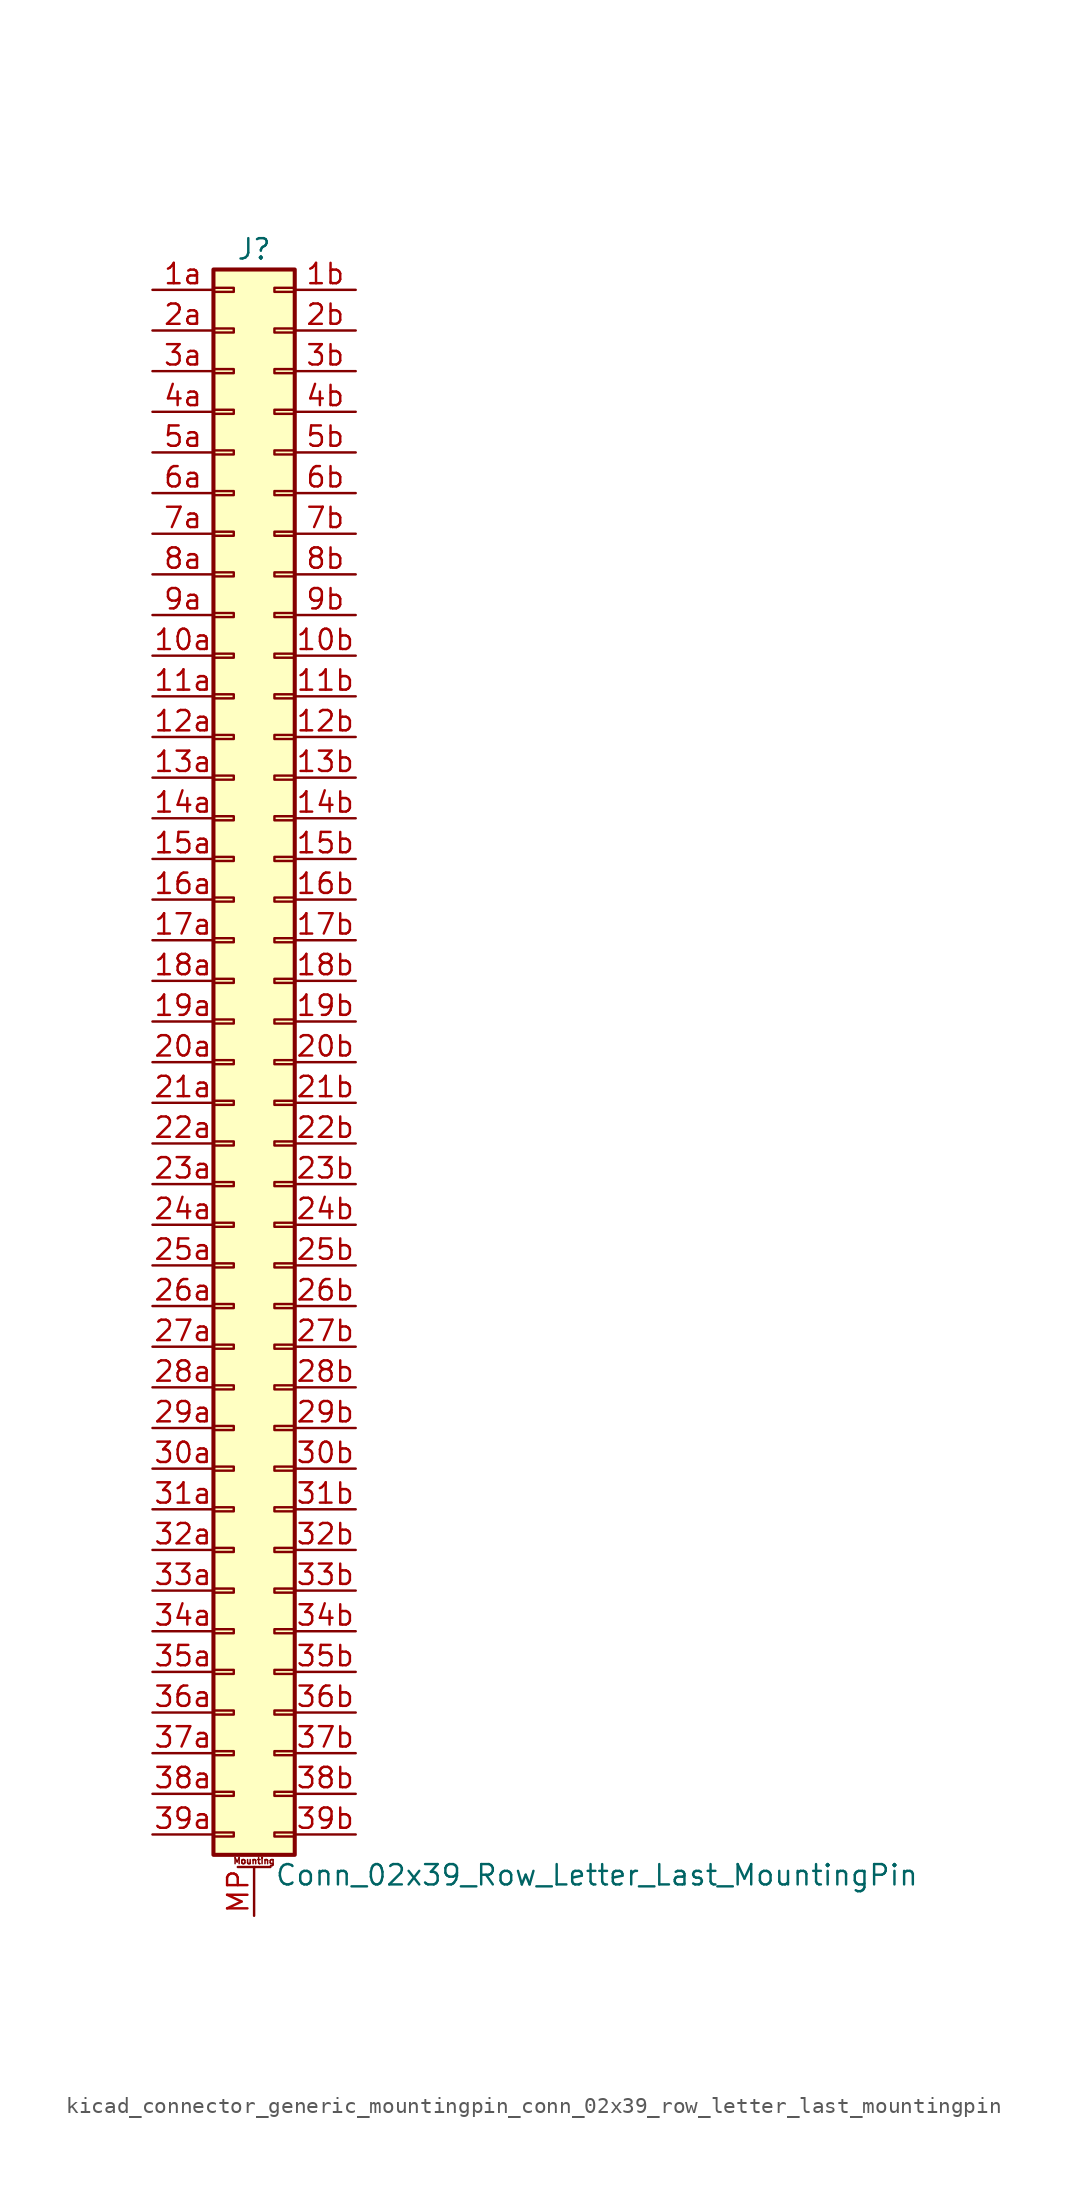
<source format=kicad_sym>
(kicad_symbol_lib
  (version 20220914)
  (generator kicad_symbol_editor)
  (symbol "kicad_connector_generic_mountingpin_conn_02x39_row_letter_last_mountingpin"
    (pin_names
      (offset 1.016) hide)
    (property "Reference" "J"
      (at 1.27 50.8 0)
      (effects (font (size 1.27 1.27))))
    (property "Value" "Conn_02x39_Row_Letter_Last_MountingPin"
      (at 2.54 -50.8 0)
      (effects (font (size 1.27 1.27)) (justify left)))
    (symbol "kicad_connector_generic_mountingpin_conn_02x39_row_letter_last_mountingpin_1_1"
      (rectangle (start -1.27 -48.133) (end 0 -48.387) (stroke (width 0.152) (type default)) (fill (type none)))
      (rectangle (start -1.27 -45.593) (end 0 -45.847) (stroke (width 0.152) (type default)) (fill (type none)))
      (rectangle (start -1.27 -43.053) (end 0 -43.307) (stroke (width 0.152) (type default)) (fill (type none)))
      (rectangle (start -1.27 -40.513) (end 0 -40.767) (stroke (width 0.152) (type default)) (fill (type none)))
      (rectangle (start -1.27 -37.973) (end 0 -38.227) (stroke (width 0.152) (type default)) (fill (type none)))
      (rectangle (start -1.27 -35.433) (end 0 -35.687) (stroke (width 0.152) (type default)) (fill (type none)))
      (rectangle (start -1.27 -32.893) (end 0 -33.147) (stroke (width 0.152) (type default)) (fill (type none)))
      (rectangle (start -1.27 -30.353) (end 0 -30.607) (stroke (width 0.152) (type default)) (fill (type none)))
      (rectangle (start -1.27 -27.813) (end 0 -28.067) (stroke (width 0.152) (type default)) (fill (type none)))
      (rectangle (start -1.27 -25.273) (end 0 -25.527) (stroke (width 0.152) (type default)) (fill (type none)))
      (rectangle (start -1.27 -22.733) (end 0 -22.987) (stroke (width 0.152) (type default)) (fill (type none)))
      (rectangle (start -1.27 -20.193) (end 0 -20.447) (stroke (width 0.152) (type default)) (fill (type none)))
      (rectangle (start -1.27 -17.653) (end 0 -17.907) (stroke (width 0.152) (type default)) (fill (type none)))
      (rectangle (start -1.27 -15.113) (end 0 -15.367) (stroke (width 0.152) (type default)) (fill (type none)))
      (rectangle (start -1.27 -12.573) (end 0 -12.827) (stroke (width 0.152) (type default)) (fill (type none)))
      (rectangle (start -1.27 -10.033) (end 0 -10.287) (stroke (width 0.152) (type default)) (fill (type none)))
      (rectangle (start -1.27 -7.493) (end 0 -7.747) (stroke (width 0.152) (type default)) (fill (type none)))
      (rectangle (start -1.27 -4.953) (end 0 -5.207) (stroke (width 0.152) (type default)) (fill (type none)))
      (rectangle (start -1.27 -2.413) (end 0 -2.667) (stroke (width 0.152) (type default)) (fill (type none)))
      (rectangle (start -1.27 0.127) (end 0 -0.127) (stroke (width 0.152) (type default)) (fill (type none)))
      (rectangle (start -1.27 2.667) (end 0 2.413) (stroke (width 0.152) (type default)) (fill (type none)))
      (rectangle (start -1.27 5.207) (end 0 4.953) (stroke (width 0.152) (type default)) (fill (type none)))
      (rectangle (start -1.27 7.747) (end 0 7.493) (stroke (width 0.152) (type default)) (fill (type none)))
      (rectangle (start -1.27 10.287) (end 0 10.033) (stroke (width 0.152) (type default)) (fill (type none)))
      (rectangle (start -1.27 12.827) (end 0 12.573) (stroke (width 0.152) (type default)) (fill (type none)))
      (rectangle (start -1.27 15.367) (end 0 15.113) (stroke (width 0.152) (type default)) (fill (type none)))
      (rectangle (start -1.27 17.907) (end 0 17.653) (stroke (width 0.152) (type default)) (fill (type none)))
      (rectangle (start -1.27 20.447) (end 0 20.193) (stroke (width 0.152) (type default)) (fill (type none)))
      (rectangle (start -1.27 22.987) (end 0 22.733) (stroke (width 0.152) (type default)) (fill (type none)))
      (rectangle (start -1.27 25.527) (end 0 25.273) (stroke (width 0.152) (type default)) (fill (type none)))
      (rectangle (start -1.27 28.067) (end 0 27.813) (stroke (width 0.152) (type default)) (fill (type none)))
      (rectangle (start -1.27 30.607) (end 0 30.353) (stroke (width 0.152) (type default)) (fill (type none)))
      (rectangle (start -1.27 33.147) (end 0 32.893) (stroke (width 0.152) (type default)) (fill (type none)))
      (rectangle (start -1.27 35.687) (end 0 35.433) (stroke (width 0.152) (type default)) (fill (type none)))
      (rectangle (start -1.27 38.227) (end 0 37.973) (stroke (width 0.152) (type default)) (fill (type none)))
      (rectangle (start -1.27 40.767) (end 0 40.513) (stroke (width 0.152) (type default)) (fill (type none)))
      (rectangle (start -1.27 43.307) (end 0 43.053) (stroke (width 0.152) (type default)) (fill (type none)))
      (rectangle (start -1.27 45.847) (end 0 45.593) (stroke (width 0.152) (type default)) (fill (type none)))
      (rectangle (start -1.27 48.387) (end 0 48.133) (stroke (width 0.152) (type default)) (fill (type none)))
      (rectangle (start -1.27 49.53) (end 3.81 -49.53) (stroke (width 0.254) (type default)) (fill (type background)))
      (polyline (pts (xy 0.254 -50.292) (xy 2.286 -50.292)) (stroke (width 0.152) (type default)) (fill (type none)))
      (rectangle (start 3.81 -48.133) (end 2.54 -48.387) (stroke (width 0.152) (type default)) (fill (type none)))
      (rectangle (start 3.81 -45.593) (end 2.54 -45.847) (stroke (width 0.152) (type default)) (fill (type none)))
      (rectangle (start 3.81 -43.053) (end 2.54 -43.307) (stroke (width 0.152) (type default)) (fill (type none)))
      (rectangle (start 3.81 -40.513) (end 2.54 -40.767) (stroke (width 0.152) (type default)) (fill (type none)))
      (rectangle (start 3.81 -37.973) (end 2.54 -38.227) (stroke (width 0.152) (type default)) (fill (type none)))
      (rectangle (start 3.81 -35.433) (end 2.54 -35.687) (stroke (width 0.152) (type default)) (fill (type none)))
      (rectangle (start 3.81 -32.893) (end 2.54 -33.147) (stroke (width 0.152) (type default)) (fill (type none)))
      (rectangle (start 3.81 -30.353) (end 2.54 -30.607) (stroke (width 0.152) (type default)) (fill (type none)))
      (rectangle (start 3.81 -27.813) (end 2.54 -28.067) (stroke (width 0.152) (type default)) (fill (type none)))
      (rectangle (start 3.81 -25.273) (end 2.54 -25.527) (stroke (width 0.152) (type default)) (fill (type none)))
      (rectangle (start 3.81 -22.733) (end 2.54 -22.987) (stroke (width 0.152) (type default)) (fill (type none)))
      (rectangle (start 3.81 -20.193) (end 2.54 -20.447) (stroke (width 0.152) (type default)) (fill (type none)))
      (rectangle (start 3.81 -17.653) (end 2.54 -17.907) (stroke (width 0.152) (type default)) (fill (type none)))
      (rectangle (start 3.81 -15.113) (end 2.54 -15.367) (stroke (width 0.152) (type default)) (fill (type none)))
      (rectangle (start 3.81 -12.573) (end 2.54 -12.827) (stroke (width 0.152) (type default)) (fill (type none)))
      (rectangle (start 3.81 -10.033) (end 2.54 -10.287) (stroke (width 0.152) (type default)) (fill (type none)))
      (rectangle (start 3.81 -7.493) (end 2.54 -7.747) (stroke (width 0.152) (type default)) (fill (type none)))
      (rectangle (start 3.81 -4.953) (end 2.54 -5.207) (stroke (width 0.152) (type default)) (fill (type none)))
      (rectangle (start 3.81 -2.413) (end 2.54 -2.667) (stroke (width 0.152) (type default)) (fill (type none)))
      (rectangle (start 3.81 0.127) (end 2.54 -0.127) (stroke (width 0.152) (type default)) (fill (type none)))
      (rectangle (start 3.81 2.667) (end 2.54 2.413) (stroke (width 0.152) (type default)) (fill (type none)))
      (rectangle (start 3.81 5.207) (end 2.54 4.953) (stroke (width 0.152) (type default)) (fill (type none)))
      (rectangle (start 3.81 7.747) (end 2.54 7.493) (stroke (width 0.152) (type default)) (fill (type none)))
      (rectangle (start 3.81 10.287) (end 2.54 10.033) (stroke (width 0.152) (type default)) (fill (type none)))
      (rectangle (start 3.81 12.827) (end 2.54 12.573) (stroke (width 0.152) (type default)) (fill (type none)))
      (rectangle (start 3.81 15.367) (end 2.54 15.113) (stroke (width 0.152) (type default)) (fill (type none)))
      (rectangle (start 3.81 17.907) (end 2.54 17.653) (stroke (width 0.152) (type default)) (fill (type none)))
      (rectangle (start 3.81 20.447) (end 2.54 20.193) (stroke (width 0.152) (type default)) (fill (type none)))
      (rectangle (start 3.81 22.987) (end 2.54 22.733) (stroke (width 0.152) (type default)) (fill (type none)))
      (rectangle (start 3.81 25.527) (end 2.54 25.273) (stroke (width 0.152) (type default)) (fill (type none)))
      (rectangle (start 3.81 28.067) (end 2.54 27.813) (stroke (width 0.152) (type default)) (fill (type none)))
      (rectangle (start 3.81 30.607) (end 2.54 30.353) (stroke (width 0.152) (type default)) (fill (type none)))
      (rectangle (start 3.81 33.147) (end 2.54 32.893) (stroke (width 0.152) (type default)) (fill (type none)))
      (rectangle (start 3.81 35.687) (end 2.54 35.433) (stroke (width 0.152) (type default)) (fill (type none)))
      (rectangle (start 3.81 38.227) (end 2.54 37.973) (stroke (width 0.152) (type default)) (fill (type none)))
      (rectangle (start 3.81 40.767) (end 2.54 40.513) (stroke (width 0.152) (type default)) (fill (type none)))
      (rectangle (start 3.81 43.307) (end 2.54 43.053) (stroke (width 0.152) (type default)) (fill (type none)))
      (rectangle (start 3.81 45.847) (end 2.54 45.593) (stroke (width 0.152) (type default)) (fill (type none)))
      (rectangle (start 3.81 48.387) (end 2.54 48.133) (stroke (width 0.152) (type default)) (fill (type none)))
      (text "Mounting" (at 1.27 -49.911 0) (effects (font (size 0.381 0.381))))
      (pin passive line (at -5.08 25.4 0) (length 3.81) (name "Pin_10a" (effects (font (size 1.27 1.27)))) (number "10a" (effects (font (size 1.27 1.27)))))
      (pin passive line (at 7.62 25.4 180) (length 3.81) (name "Pin_10b" (effects (font (size 1.27 1.27)))) (number "10b" (effects (font (size 1.27 1.27)))))
      (pin passive line (at -5.08 22.86 0) (length 3.81) (name "Pin_11a" (effects (font (size 1.27 1.27)))) (number "11a" (effects (font (size 1.27 1.27)))))
      (pin passive line (at 7.62 22.86 180) (length 3.81) (name "Pin_11b" (effects (font (size 1.27 1.27)))) (number "11b" (effects (font (size 1.27 1.27)))))
      (pin passive line (at -5.08 20.32 0) (length 3.81) (name "Pin_12a" (effects (font (size 1.27 1.27)))) (number "12a" (effects (font (size 1.27 1.27)))))
      (pin passive line (at 7.62 20.32 180) (length 3.81) (name "Pin_12b" (effects (font (size 1.27 1.27)))) (number "12b" (effects (font (size 1.27 1.27)))))
      (pin passive line (at -5.08 17.78 0) (length 3.81) (name "Pin_13a" (effects (font (size 1.27 1.27)))) (number "13a" (effects (font (size 1.27 1.27)))))
      (pin passive line (at 7.62 17.78 180) (length 3.81) (name "Pin_13b" (effects (font (size 1.27 1.27)))) (number "13b" (effects (font (size 1.27 1.27)))))
      (pin passive line (at -5.08 15.24 0) (length 3.81) (name "Pin_14a" (effects (font (size 1.27 1.27)))) (number "14a" (effects (font (size 1.27 1.27)))))
      (pin passive line (at 7.62 15.24 180) (length 3.81) (name "Pin_14b" (effects (font (size 1.27 1.27)))) (number "14b" (effects (font (size 1.27 1.27)))))
      (pin passive line (at -5.08 12.7 0) (length 3.81) (name "Pin_15a" (effects (font (size 1.27 1.27)))) (number "15a" (effects (font (size 1.27 1.27)))))
      (pin passive line (at 7.62 12.7 180) (length 3.81) (name "Pin_15b" (effects (font (size 1.27 1.27)))) (number "15b" (effects (font (size 1.27 1.27)))))
      (pin passive line (at -5.08 10.16 0) (length 3.81) (name "Pin_16a" (effects (font (size 1.27 1.27)))) (number "16a" (effects (font (size 1.27 1.27)))))
      (pin passive line (at 7.62 10.16 180) (length 3.81) (name "Pin_16b" (effects (font (size 1.27 1.27)))) (number "16b" (effects (font (size 1.27 1.27)))))
      (pin passive line (at -5.08 7.62 0) (length 3.81) (name "Pin_17a" (effects (font (size 1.27 1.27)))) (number "17a" (effects (font (size 1.27 1.27)))))
      (pin passive line (at 7.62 7.62 180) (length 3.81) (name "Pin_17b" (effects (font (size 1.27 1.27)))) (number "17b" (effects (font (size 1.27 1.27)))))
      (pin passive line (at -5.08 5.08 0) (length 3.81) (name "Pin_18a" (effects (font (size 1.27 1.27)))) (number "18a" (effects (font (size 1.27 1.27)))))
      (pin passive line (at 7.62 5.08 180) (length 3.81) (name "Pin_18b" (effects (font (size 1.27 1.27)))) (number "18b" (effects (font (size 1.27 1.27)))))
      (pin passive line (at -5.08 2.54 0) (length 3.81) (name "Pin_19a" (effects (font (size 1.27 1.27)))) (number "19a" (effects (font (size 1.27 1.27)))))
      (pin passive line (at 7.62 2.54 180) (length 3.81) (name "Pin_19b" (effects (font (size 1.27 1.27)))) (number "19b" (effects (font (size 1.27 1.27)))))
      (pin passive line (at -5.08 48.26 0) (length 3.81) (name "Pin_1a" (effects (font (size 1.27 1.27)))) (number "1a" (effects (font (size 1.27 1.27)))))
      (pin passive line (at 7.62 48.26 180) (length 3.81) (name "Pin_1b" (effects (font (size 1.27 1.27)))) (number "1b" (effects (font (size 1.27 1.27)))))
      (pin passive line (at -5.08 0 0) (length 3.81) (name "Pin_20a" (effects (font (size 1.27 1.27)))) (number "20a" (effects (font (size 1.27 1.27)))))
      (pin passive line (at 7.62 0 180) (length 3.81) (name "Pin_20b" (effects (font (size 1.27 1.27)))) (number "20b" (effects (font (size 1.27 1.27)))))
      (pin passive line (at -5.08 -2.54 0) (length 3.81) (name "Pin_21a" (effects (font (size 1.27 1.27)))) (number "21a" (effects (font (size 1.27 1.27)))))
      (pin passive line (at 7.62 -2.54 180) (length 3.81) (name "Pin_21b" (effects (font (size 1.27 1.27)))) (number "21b" (effects (font (size 1.27 1.27)))))
      (pin passive line (at -5.08 -5.08 0) (length 3.81) (name "Pin_22a" (effects (font (size 1.27 1.27)))) (number "22a" (effects (font (size 1.27 1.27)))))
      (pin passive line (at 7.62 -5.08 180) (length 3.81) (name "Pin_22b" (effects (font (size 1.27 1.27)))) (number "22b" (effects (font (size 1.27 1.27)))))
      (pin passive line (at -5.08 -7.62 0) (length 3.81) (name "Pin_23a" (effects (font (size 1.27 1.27)))) (number "23a" (effects (font (size 1.27 1.27)))))
      (pin passive line (at 7.62 -7.62 180) (length 3.81) (name "Pin_23b" (effects (font (size 1.27 1.27)))) (number "23b" (effects (font (size 1.27 1.27)))))
      (pin passive line (at -5.08 -10.16 0) (length 3.81) (name "Pin_24a" (effects (font (size 1.27 1.27)))) (number "24a" (effects (font (size 1.27 1.27)))))
      (pin passive line (at 7.62 -10.16 180) (length 3.81) (name "Pin_24b" (effects (font (size 1.27 1.27)))) (number "24b" (effects (font (size 1.27 1.27)))))
      (pin passive line (at -5.08 -12.7 0) (length 3.81) (name "Pin_25a" (effects (font (size 1.27 1.27)))) (number "25a" (effects (font (size 1.27 1.27)))))
      (pin passive line (at 7.62 -12.7 180) (length 3.81) (name "Pin_25b" (effects (font (size 1.27 1.27)))) (number "25b" (effects (font (size 1.27 1.27)))))
      (pin passive line (at -5.08 -15.24 0) (length 3.81) (name "Pin_26a" (effects (font (size 1.27 1.27)))) (number "26a" (effects (font (size 1.27 1.27)))))
      (pin passive line (at 7.62 -15.24 180) (length 3.81) (name "Pin_26b" (effects (font (size 1.27 1.27)))) (number "26b" (effects (font (size 1.27 1.27)))))
      (pin passive line (at -5.08 -17.78 0) (length 3.81) (name "Pin_27a" (effects (font (size 1.27 1.27)))) (number "27a" (effects (font (size 1.27 1.27)))))
      (pin passive line (at 7.62 -17.78 180) (length 3.81) (name "Pin_27b" (effects (font (size 1.27 1.27)))) (number "27b" (effects (font (size 1.27 1.27)))))
      (pin passive line (at -5.08 -20.32 0) (length 3.81) (name "Pin_28a" (effects (font (size 1.27 1.27)))) (number "28a" (effects (font (size 1.27 1.27)))))
      (pin passive line (at 7.62 -20.32 180) (length 3.81) (name "Pin_28b" (effects (font (size 1.27 1.27)))) (number "28b" (effects (font (size 1.27 1.27)))))
      (pin passive line (at -5.08 -22.86 0) (length 3.81) (name "Pin_29a" (effects (font (size 1.27 1.27)))) (number "29a" (effects (font (size 1.27 1.27)))))
      (pin passive line (at 7.62 -22.86 180) (length 3.81) (name "Pin_29b" (effects (font (size 1.27 1.27)))) (number "29b" (effects (font (size 1.27 1.27)))))
      (pin passive line (at -5.08 45.72 0) (length 3.81) (name "Pin_2a" (effects (font (size 1.27 1.27)))) (number "2a" (effects (font (size 1.27 1.27)))))
      (pin passive line (at 7.62 45.72 180) (length 3.81) (name "Pin_2b" (effects (font (size 1.27 1.27)))) (number "2b" (effects (font (size 1.27 1.27)))))
      (pin passive line (at -5.08 -25.4 0) (length 3.81) (name "Pin_30a" (effects (font (size 1.27 1.27)))) (number "30a" (effects (font (size 1.27 1.27)))))
      (pin passive line (at 7.62 -25.4 180) (length 3.81) (name "Pin_30b" (effects (font (size 1.27 1.27)))) (number "30b" (effects (font (size 1.27 1.27)))))
      (pin passive line (at -5.08 -27.94 0) (length 3.81) (name "Pin_31a" (effects (font (size 1.27 1.27)))) (number "31a" (effects (font (size 1.27 1.27)))))
      (pin passive line (at 7.62 -27.94 180) (length 3.81) (name "Pin_31b" (effects (font (size 1.27 1.27)))) (number "31b" (effects (font (size 1.27 1.27)))))
      (pin passive line (at -5.08 -30.48 0) (length 3.81) (name "Pin_32a" (effects (font (size 1.27 1.27)))) (number "32a" (effects (font (size 1.27 1.27)))))
      (pin passive line (at 7.62 -30.48 180) (length 3.81) (name "Pin_32b" (effects (font (size 1.27 1.27)))) (number "32b" (effects (font (size 1.27 1.27)))))
      (pin passive line (at -5.08 -33.02 0) (length 3.81) (name "Pin_33a" (effects (font (size 1.27 1.27)))) (number "33a" (effects (font (size 1.27 1.27)))))
      (pin passive line (at 7.62 -33.02 180) (length 3.81) (name "Pin_33b" (effects (font (size 1.27 1.27)))) (number "33b" (effects (font (size 1.27 1.27)))))
      (pin passive line (at -5.08 -35.56 0) (length 3.81) (name "Pin_34a" (effects (font (size 1.27 1.27)))) (number "34a" (effects (font (size 1.27 1.27)))))
      (pin passive line (at 7.62 -35.56 180) (length 3.81) (name "Pin_34b" (effects (font (size 1.27 1.27)))) (number "34b" (effects (font (size 1.27 1.27)))))
      (pin passive line (at -5.08 -38.1 0) (length 3.81) (name "Pin_35a" (effects (font (size 1.27 1.27)))) (number "35a" (effects (font (size 1.27 1.27)))))
      (pin passive line (at 7.62 -38.1 180) (length 3.81) (name "Pin_35b" (effects (font (size 1.27 1.27)))) (number "35b" (effects (font (size 1.27 1.27)))))
      (pin passive line (at -5.08 -40.64 0) (length 3.81) (name "Pin_36a" (effects (font (size 1.27 1.27)))) (number "36a" (effects (font (size 1.27 1.27)))))
      (pin passive line (at 7.62 -40.64 180) (length 3.81) (name "Pin_36b" (effects (font (size 1.27 1.27)))) (number "36b" (effects (font (size 1.27 1.27)))))
      (pin passive line (at -5.08 -43.18 0) (length 3.81) (name "Pin_37a" (effects (font (size 1.27 1.27)))) (number "37a" (effects (font (size 1.27 1.27)))))
      (pin passive line (at 7.62 -43.18 180) (length 3.81) (name "Pin_37b" (effects (font (size 1.27 1.27)))) (number "37b" (effects (font (size 1.27 1.27)))))
      (pin passive line (at -5.08 -45.72 0) (length 3.81) (name "Pin_38a" (effects (font (size 1.27 1.27)))) (number "38a" (effects (font (size 1.27 1.27)))))
      (pin passive line (at 7.62 -45.72 180) (length 3.81) (name "Pin_38b" (effects (font (size 1.27 1.27)))) (number "38b" (effects (font (size 1.27 1.27)))))
      (pin passive line (at -5.08 -48.26 0) (length 3.81) (name "Pin_39a" (effects (font (size 1.27 1.27)))) (number "39a" (effects (font (size 1.27 1.27)))))
      (pin passive line (at 7.62 -48.26 180) (length 3.81) (name "Pin_39b" (effects (font (size 1.27 1.27)))) (number "39b" (effects (font (size 1.27 1.27)))))
      (pin passive line (at -5.08 43.18 0) (length 3.81) (name "Pin_3a" (effects (font (size 1.27 1.27)))) (number "3a" (effects (font (size 1.27 1.27)))))
      (pin passive line (at 7.62 43.18 180) (length 3.81) (name "Pin_3b" (effects (font (size 1.27 1.27)))) (number "3b" (effects (font (size 1.27 1.27)))))
      (pin passive line (at -5.08 40.64 0) (length 3.81) (name "Pin_4a" (effects (font (size 1.27 1.27)))) (number "4a" (effects (font (size 1.27 1.27)))))
      (pin passive line (at 7.62 40.64 180) (length 3.81) (name "Pin_4b" (effects (font (size 1.27 1.27)))) (number "4b" (effects (font (size 1.27 1.27)))))
      (pin passive line (at -5.08 38.1 0) (length 3.81) (name "Pin_5a" (effects (font (size 1.27 1.27)))) (number "5a" (effects (font (size 1.27 1.27)))))
      (pin passive line (at 7.62 38.1 180) (length 3.81) (name "Pin_5b" (effects (font (size 1.27 1.27)))) (number "5b" (effects (font (size 1.27 1.27)))))
      (pin passive line (at -5.08 35.56 0) (length 3.81) (name "Pin_6a" (effects (font (size 1.27 1.27)))) (number "6a" (effects (font (size 1.27 1.27)))))
      (pin passive line (at 7.62 35.56 180) (length 3.81) (name "Pin_6b" (effects (font (size 1.27 1.27)))) (number "6b" (effects (font (size 1.27 1.27)))))
      (pin passive line (at -5.08 33.02 0) (length 3.81) (name "Pin_7a" (effects (font (size 1.27 1.27)))) (number "7a" (effects (font (size 1.27 1.27)))))
      (pin passive line (at 7.62 33.02 180) (length 3.81) (name "Pin_7b" (effects (font (size 1.27 1.27)))) (number "7b" (effects (font (size 1.27 1.27)))))
      (pin passive line (at -5.08 30.48 0) (length 3.81) (name "Pin_8a" (effects (font (size 1.27 1.27)))) (number "8a" (effects (font (size 1.27 1.27)))))
      (pin passive line (at 7.62 30.48 180) (length 3.81) (name "Pin_8b" (effects (font (size 1.27 1.27)))) (number "8b" (effects (font (size 1.27 1.27)))))
      (pin passive line (at -5.08 27.94 0) (length 3.81) (name "Pin_9a" (effects (font (size 1.27 1.27)))) (number "9a" (effects (font (size 1.27 1.27)))))
      (pin passive line (at 7.62 27.94 180) (length 3.81) (name "Pin_9b" (effects (font (size 1.27 1.27)))) (number "9b" (effects (font (size 1.27 1.27)))))
      (pin passive line (at 1.27 -53.34 90) (length 3.048) (name "MountPin" (effects (font (size 1.27 1.27)))) (number "MP" (effects (font (size 1.27 1.27))))))))
</source>
